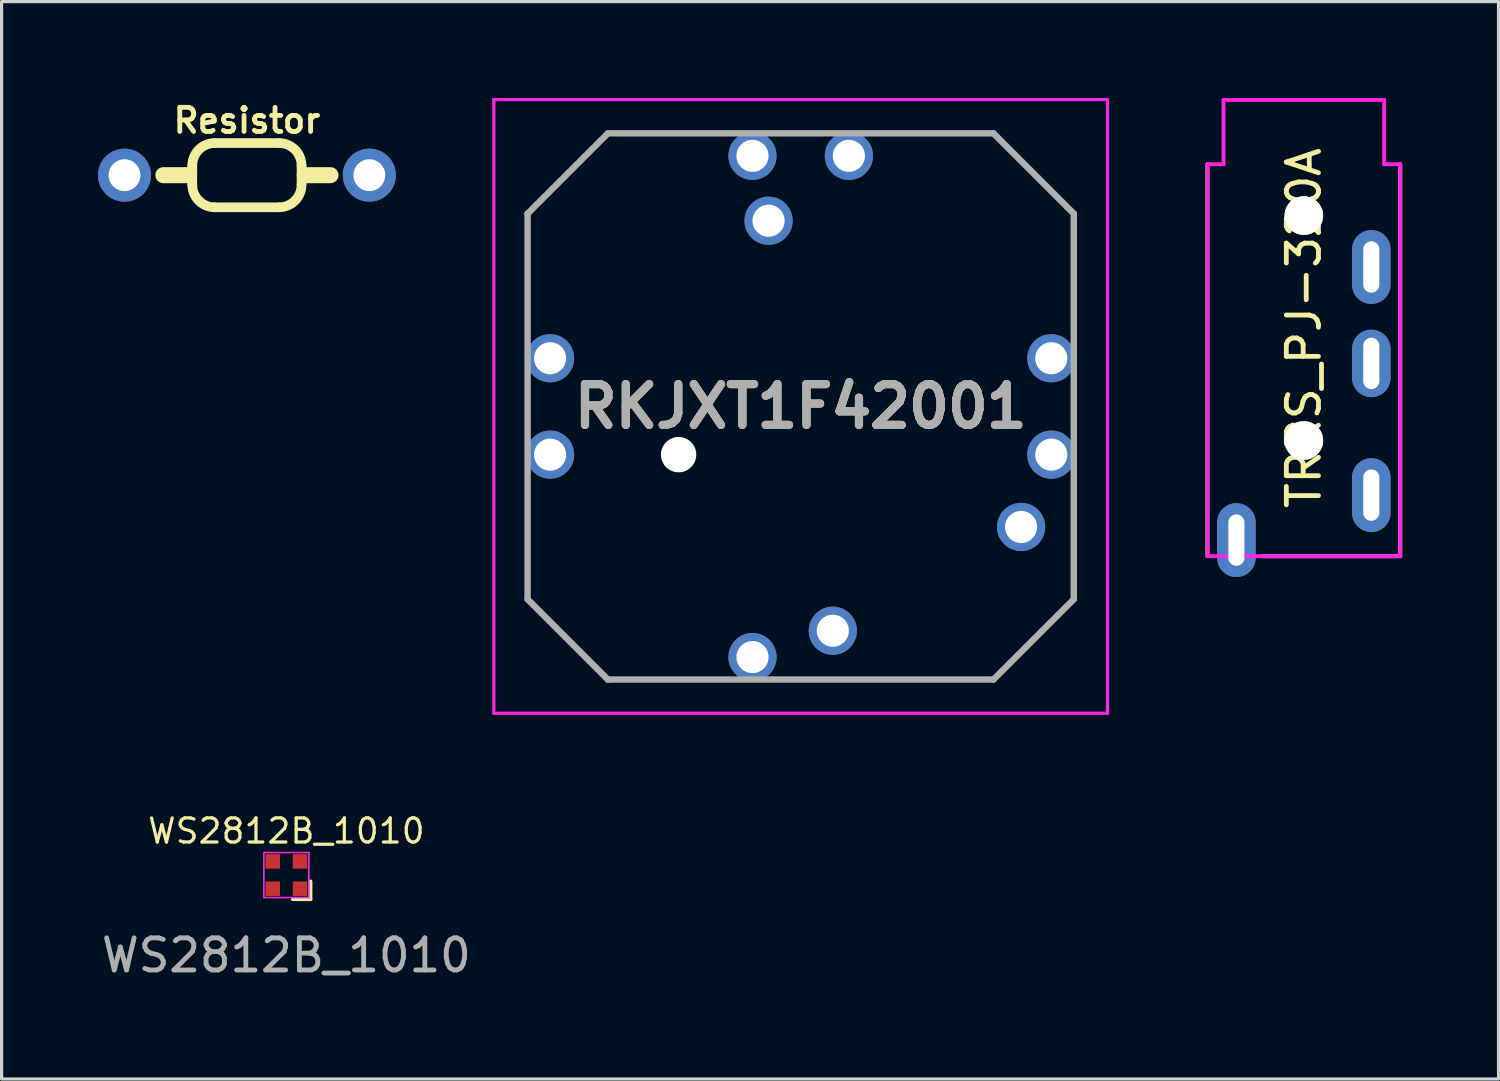
<source format=kicad_pcb>
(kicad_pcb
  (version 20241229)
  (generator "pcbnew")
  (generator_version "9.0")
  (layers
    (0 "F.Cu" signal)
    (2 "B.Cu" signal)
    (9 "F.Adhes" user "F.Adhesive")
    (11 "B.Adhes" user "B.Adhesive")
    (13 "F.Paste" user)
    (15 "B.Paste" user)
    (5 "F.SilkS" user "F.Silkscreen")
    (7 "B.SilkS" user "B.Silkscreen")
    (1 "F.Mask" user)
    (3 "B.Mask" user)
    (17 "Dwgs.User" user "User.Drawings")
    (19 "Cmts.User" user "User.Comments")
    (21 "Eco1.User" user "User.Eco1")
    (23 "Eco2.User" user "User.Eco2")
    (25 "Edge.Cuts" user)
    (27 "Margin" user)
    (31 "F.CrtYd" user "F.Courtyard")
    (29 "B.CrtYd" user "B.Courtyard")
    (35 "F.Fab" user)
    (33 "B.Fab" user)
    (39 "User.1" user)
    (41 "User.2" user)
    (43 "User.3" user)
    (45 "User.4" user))
  (footprint "Resistor"
    (layer "F.Cu")
    (at 4.635 2.402)
    (property "Reference" "Resistor" (at 0 -1.7 0) (layer "F.SilkS") (effects (font (size 0.75 0.75) (thickness 0.15))))
    (attr through_hole)
    (fp_line (start -2.6 0) (end -1.8 0) (stroke (width 0.5) (type solid)) (layer "F.SilkS"))
    (fp_line (start -1.7 0.3) (end -1.7 -0.3) (stroke (width 0.3) (type solid)) (layer "F.SilkS"))
    (fp_line (start -1 -1) (end 1 -1) (stroke (width 0.3) (type solid)) (layer "F.SilkS"))
    (fp_line (start 1 1) (end -1 1) (stroke (width 0.3) (type solid)) (layer "F.SilkS"))
    (fp_line (start 1.7 -0.3) (end 1.7 0.3) (stroke (width 0.3) (type solid)) (layer "F.SilkS"))
    (fp_line (start 2.6 0) (end 1.8 0) (stroke (width 0.5) (type solid)) (layer "F.SilkS"))
    (fp_arc (start -1.7 -0.3) (mid -1.494975 -0.794975) (end -1 -1) (stroke (width 0.3) (type solid)) (layer "F.SilkS"))
    (fp_arc (start -1 1) (mid -1.494975 0.794975) (end -1.7 0.3) (stroke (width 0.3) (type solid)) (layer "F.SilkS"))
    (fp_arc (start 1 -1) (mid 1.494975 -0.794975) (end 1.7 -0.3) (stroke (width 0.3) (type solid)) (layer "F.SilkS"))
    (fp_arc (start 1.7 0.3) (mid 1.494975 0.794975) (end 1 1) (stroke (width 0.3) (type solid)) (layer "F.SilkS"))
    (pad "1" thru_hole circle (at -3.81 0) (size 1.65 1.65) (drill 0.991) (layers "*.Cu" "*.Mask"))
    (pad "2" thru_hole circle (at 3.81 0) (size 1.65 1.65) (drill 0.991) (layers "*.Cu" "*.Mask")))
  (footprint "TRRS_PJ-320A"
    (layer "F.Cu")
    (at 37.53 2.06)
    (property "Reference" "TRRS_PJ-320A" (at 0 5.1 90) (unlocked yes) (layer "F.SilkS") (effects (font (size 1 1) (thickness 0.15))))
    (attr through_hole)
    (fp_line (start -3 0) (end -3 12.2) (stroke (width 0.12) (type solid)) (layer "F.SilkS"))
    (fp_line (start -1.3 12.2) (end 3 12.2) (stroke (width 0.12) (type solid)) (layer "F.SilkS"))
    (fp_line (start 3 12.2) (end 3 0) (stroke (width 0.12) (type solid)) (layer "F.SilkS"))
    (fp_line (start -3 0) (end -2.5 0) (stroke (width 0.12) (type solid)) (layer "F.CrtYd"))
    (fp_line (start -3 12.2) (end -3 0) (stroke (width 0.12) (type solid)) (layer "F.CrtYd"))
    (fp_line (start -2.5 -2) (end 2.5 -2) (stroke (width 0.12) (type solid)) (layer "F.CrtYd"))
    (fp_line (start -2.5 0) (end -2.5 -2) (stroke (width 0.12) (type solid)) (layer "F.CrtYd"))
    (fp_line (start 2.5 -2) (end 2.5 0) (stroke (width 0.12) (type solid)) (layer "F.CrtYd"))
    (fp_line (start 2.5 0) (end 3 0) (stroke (width 0.12) (type solid)) (layer "F.CrtYd"))
    (fp_line (start 3 0) (end 3 12.2) (stroke (width 0.12) (type solid)) (layer "F.CrtYd"))
    (fp_line (start 3 12.2) (end -3 12.2) (stroke (width 0.12) (type solid)) (layer "F.CrtYd"))
    (pad "" np_thru_hole circle (at 0 1.6) (size 1.2 1.2) (drill 1.2) (layers "*.Cu" "*.Mask" "F.SilkS"))
    (pad "" np_thru_hole circle (at 0 8.6) (size 1.2 1.2) (drill 1.2) (layers "*.Cu" "*.Mask" "F.SilkS"))
    (pad "R1" thru_hole oval (at 2.1 6.2) (size 1.2 2.1) (drill oval 0.5 1.6) (layers "*.Cu" "*.Mask"))
    (pad "R2" thru_hole oval (at 2.1 3.2) (size 1.2 2.3) (drill oval 0.5 1.6) (layers "*.Cu" "*.Mask"))
    (pad "S" thru_hole oval (at -2.1 11.7) (size 1.2 2.3) (drill oval 0.5 1.6) (layers "*.Cu" "*.Mask"))
    (pad "T" thru_hole oval (at 2.1 10.3) (size 1.2 2.3) (drill oval 0.5 1.6) (layers "*.Cu" "*.Mask")))
  (footprint "WS2812B_1010"
    (layer "F.Cu")
    (at 5.863 24.184)
    (property "Reference" "WS2812B_1010" (at 0 -1.37 0) (unlocked yes) (layer "F.SilkS") (effects (font (size 0.75 0.75) (thickness 0.1))))
    (attr smd)
    (fp_line (start 0.2 0.75) (end 0.75 0.75) (stroke (width 0.12) (type default)) (layer "F.SilkS"))
    (fp_line (start 0.75 0.75) (end 0.75 0.2) (stroke (width 0.12) (type default)) (layer "F.SilkS"))
    (fp_line (start -0.7 -0.7) (end 0.7 -0.7) (stroke (width 0.05) (type default)) (layer "F.CrtYd"))
    (fp_line (start -0.7 0.7) (end -0.7 -0.7) (stroke (width 0.05) (type default)) (layer "F.CrtYd"))
    (fp_line (start 0.7 -0.7) (end 0.7 0.7) (stroke (width 0.05) (type default)) (layer "F.CrtYd"))
    (fp_line (start 0.7 0.7) (end -0.7 0.7) (stroke (width 0.05) (type default)) (layer "F.CrtYd"))
    (fp_text user "${REFERENCE}" (at 0 2.5 0) (unlocked yes) (layer "F.Fab") (effects (font (size 1 1) (thickness 0.15))))
    (pad "1" smd rect (at -0.425 -0.425) (size 0.45 0.45) (layers "F.Cu" "F.Mask" "F.Paste"))
    (pad "2" smd rect (at -0.425 0.425) (size 0.45 0.45) (layers "F.Cu" "F.Mask" "F.Paste"))
    (pad "3" smd rect (at 0.425 0.425) (size 0.45 0.45) (layers "F.Cu" "F.Mask" "F.Paste"))
    (pad "4" smd rect (at 0.425 -0.425) (size 0.45 0.45) (layers "F.Cu" "F.Mask" "F.Paste")))
  (footprint "RKJXT1F42001"
    (layer "F.Cu")
    (at 21.87 9.6)
    (property "Reference" "RKJXT1F42001" (at 0 0 0) (layer "F.SilkS") (effects (font (size 1.27 1.27) (thickness 0.254))))
    (attr through_hole)
    (fp_line (start -8.5 -6) (end -6 -8.5) (stroke (width 0.1) (type solid)) (layer "F.SilkS"))
    (fp_line (start -8.5 -2.5) (end -8.5 -6) (stroke (width 0.1) (type solid)) (layer "F.SilkS"))
    (fp_line (start -8.5 -0.5) (end -8.5 0.5) (stroke (width 0.1) (type solid)) (layer "F.SilkS"))
    (fp_line (start -8.5 2.5) (end -8.5 6) (stroke (width 0.1) (type solid)) (layer "F.SilkS"))
    (fp_line (start -8.5 6) (end -6 8.5) (stroke (width 0.1) (type solid)) (layer "F.SilkS"))
    (fp_line (start -6 -8.5) (end -2.5 -8.5) (stroke (width 0.1) (type solid)) (layer "F.SilkS"))
    (fp_line (start -6 8.5) (end -2.5 8.5) (stroke (width 0.1) (type solid)) (layer "F.SilkS"))
    (fp_line (start -0.5 8.5) (end 6 8.5) (stroke (width 0.1) (type solid)) (layer "F.SilkS"))
    (fp_line (start 2.5 -8.5) (end 6 -8.5) (stroke (width 0.1) (type solid)) (layer "F.SilkS"))
    (fp_line (start 6 -8.5) (end 8.5 -6) (stroke (width 0.1) (type solid)) (layer "F.SilkS"))
    (fp_line (start 6 8.5) (end 8.5 6) (stroke (width 0.1) (type solid)) (layer "F.SilkS"))
    (fp_line (start 8.5 -6) (end 8.5 -2.5) (stroke (width 0.1) (type solid)) (layer "F.SilkS"))
    (fp_line (start 8.5 -0.5) (end 8.5 0.5) (stroke (width 0.1) (type solid)) (layer "F.SilkS"))
    (fp_line (start 8.5 6) (end 8.5 2.5) (stroke (width 0.1) (type solid)) (layer "F.SilkS"))
    (fp_line (start -9.55 -9.55) (end 9.55 -9.55) (stroke (width 0.1) (type solid)) (layer "F.CrtYd"))
    (fp_line (start -9.55 9.55) (end -9.55 -9.55) (stroke (width 0.1) (type solid)) (layer "F.CrtYd"))
    (fp_line (start 9.55 -9.55) (end 9.55 9.55) (stroke (width 0.1) (type solid)) (layer "F.CrtYd"))
    (fp_line (start 9.55 9.55) (end -9.55 9.55) (stroke (width 0.1) (type solid)) (layer "F.CrtYd"))
    (fp_line (start -8.5 -6) (end -8.5 6) (stroke (width 0.2) (type solid)) (layer "F.Fab"))
    (fp_line (start -8.5 -6) (end -6 -8.5) (stroke (width 0.2) (type solid)) (layer "F.Fab"))
    (fp_line (start -6 -8.5) (end 6 -8.5) (stroke (width 0.2) (type solid)) (layer "F.Fab"))
    (fp_line (start -6 8.5) (end -8.5 6) (stroke (width 0.2) (type solid)) (layer "F.Fab"))
    (fp_line (start -6 8.5) (end 6 8.5) (stroke (width 0.2) (type solid)) (layer "F.Fab"))
    (fp_line (start 6 -8.5) (end 8.5 -6) (stroke (width 0.2) (type solid)) (layer "F.Fab"))
    (fp_line (start 6 8.5) (end 8.5 6) (stroke (width 0.2) (type solid)) (layer "F.Fab"))
    (fp_line (start 8.5 6) (end 8.5 -6) (stroke (width 0.2) (type solid)) (layer "F.Fab"))
    (fp_text user "${REFERENCE}" (at 0 0 0) (layer "F.Fab") (effects (font (size 1.27 1.27) (thickness 0.254))))
    (pad "" np_thru_hole circle (at -3.8 1.5) (size 1.1 1.1) (drill 1.1) (layers "*.Cu" "*.Mask"))
    (pad "1" thru_hole circle (at -1.5 7.8) (size 1.5 1.5) (drill 1) (layers "*.Cu" "*.Mask"))
    (pad "2" thru_hole circle (at 1 6.98) (size 1.5 1.5) (drill 1) (layers "*.Cu" "*.Mask"))
    (pad "3" thru_hole circle (at 6.86 3.75) (size 1.5 1.5) (drill 1) (layers "*.Cu" "*.Mask"))
    (pad "4" thru_hole circle (at 7.8 1.5) (size 1.5 1.5) (drill 1) (layers "*.Cu" "*.Mask"))
    (pad "5" thru_hole circle (at 7.8 -1.5) (size 1.5 1.5) (drill 1) (layers "*.Cu" "*.Mask"))
    (pad "6" thru_hole circle (at 1.5 -7.8) (size 1.5 1.5) (drill 1) (layers "*.Cu" "*.Mask"))
    (pad "7" thru_hole circle (at -1 -5.78) (size 1.5 1.5) (drill 1) (layers "*.Cu" "*.Mask"))
    (pad "8" thru_hole circle (at -1.5 -7.8) (size 1.5 1.5) (drill 1) (layers "*.Cu" "*.Mask"))
    (pad "9" thru_hole circle (at -7.8 -1.5) (size 1.5 1.5) (drill 1) (layers "*.Cu" "*.Mask"))
    (pad "10" thru_hole circle (at -7.8 1.5) (size 1.5 1.5) (drill 1) (layers "*.Cu" "*.Mask")))
  (gr_rect
    (start -3 -3)
    (end 43.59 30.532)
    (stroke (width 0.1) (type default))
    (fill no)
    (layer "Edge.Cuts")))
</source>
